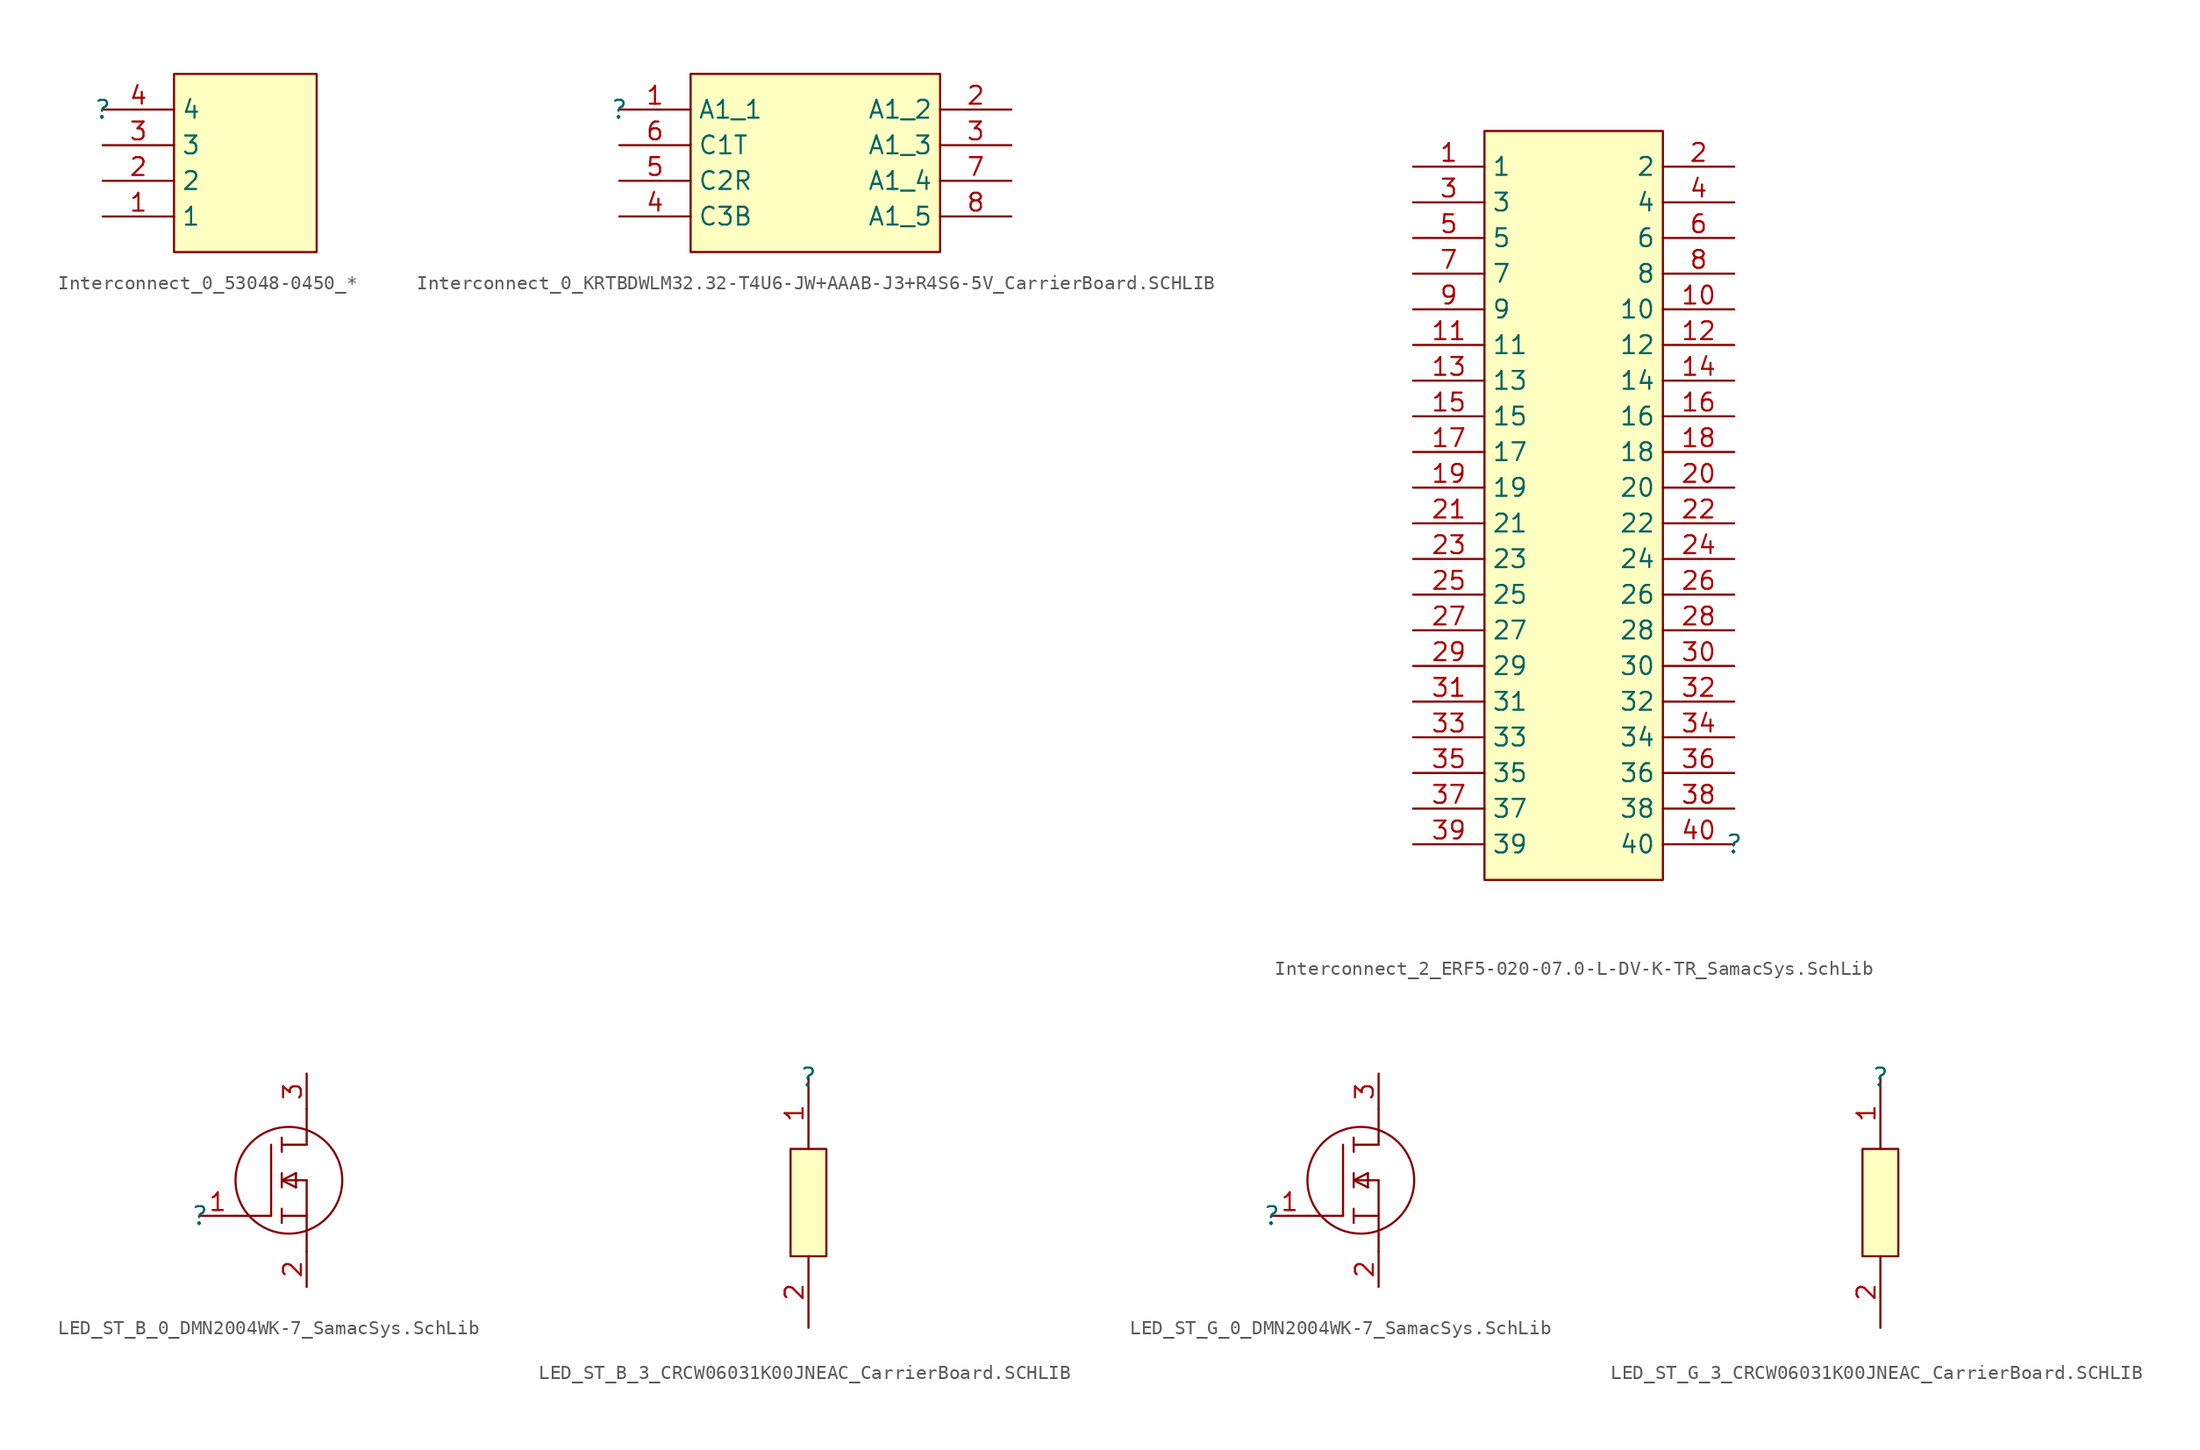
<source format=kicad_sym>
(kicad_symbol_lib
  (version 20241209)
  (generator "kicad_symbol_editor")
  (generator_version "9.0")
  (symbol "Interconnect_0_53048-0450_*"
    (property "Reference" ""
      (at 0 0 0)
      (effects (font (size 1.27 1.27))))
    (property "Value" ""
      (at 0 0 0)
      (effects (font (size 1.27 1.27))))
    (symbol "Interconnect_0_53048-0450_*_1_0"
      (rectangle (start 15.24 2.54) (end 5.08 -10.16) (stroke (width 0) (type solid) (color 128 0 0 1)) (fill (type background)))
      (pin passive line (at 0 0 0) (length 5.08) (name "4" (effects (font (size 1.27 1.27)))) (number "4" (effects (font (size 1.27 1.27)))))
      (pin passive line (at 0 -2.54 0) (length 5.08) (name "3" (effects (font (size 1.27 1.27)))) (number "3" (effects (font (size 1.27 1.27)))))
      (pin passive line (at 0 -5.08 0) (length 5.08) (name "2" (effects (font (size 1.27 1.27)))) (number "2" (effects (font (size 1.27 1.27)))))
      (pin passive line (at 0 -7.62 0) (length 5.08) (name "1" (effects (font (size 1.27 1.27)))) (number "1" (effects (font (size 1.27 1.27)))))))
  (symbol "Interconnect_0_KRTBDWLM32.32-T4U6-JW+AAAB-J3+R4S6-5V_CarrierBoard.SCHLIB"
    (property "Reference" ""
      (at 0 0 0)
      (effects (font (size 1.27 1.27))))
    (property "Value" ""
      (at 0 0 0)
      (effects (font (size 1.27 1.27))))
    (symbol "Interconnect_0_KRTBDWLM32.32-T4U6-JW+AAAB-J3+R4S6-5V_CarrierBoard.SCHLIB_1_0"
      (rectangle (start 22.86 2.54) (end 5.08 -10.16) (stroke (width 0) (type solid) (color 128 0 0 1)) (fill (type background)))
      (pin passive line (at 0 0 0) (length 5.08) (name "A1_1" (effects (font (size 1.27 1.27)))) (number "1" (effects (font (size 1.27 1.27)))))
      (pin passive line (at 0 -2.54 0) (length 5.08) (name "C1T" (effects (font (size 1.27 1.27)))) (number "6" (effects (font (size 1.27 1.27)))))
      (pin passive line (at 0 -5.08 0) (length 5.08) (name "C2R" (effects (font (size 1.27 1.27)))) (number "5" (effects (font (size 1.27 1.27)))))
      (pin passive line (at 0 -7.62 0) (length 5.08) (name "C3B" (effects (font (size 1.27 1.27)))) (number "4" (effects (font (size 1.27 1.27)))))
      (pin passive line (at 27.94 0 180) (length 5.08) (name "A1_2" (effects (font (size 1.27 1.27)))) (number "2" (effects (font (size 1.27 1.27)))))
      (pin passive line (at 27.94 -2.54 180) (length 5.08) (name "A1_3" (effects (font (size 1.27 1.27)))) (number "3" (effects (font (size 1.27 1.27)))))
      (pin passive line (at 27.94 -5.08 180) (length 5.08) (name "A1_4" (effects (font (size 1.27 1.27)))) (number "7" (effects (font (size 1.27 1.27)))))
      (pin passive line (at 27.94 -7.62 180) (length 5.08) (name "A1_5" (effects (font (size 1.27 1.27)))) (number "8" (effects (font (size 1.27 1.27)))))))
  (symbol "Interconnect_2_ERF5-020-07.0-L-DV-K-TR_SamacSys.SchLib"
    (property "Reference" ""
      (at 0 0 0)
      (effects (font (size 1.27 1.27))))
    (property "Value" ""
      (at 0 0 0)
      (effects (font (size 1.27 1.27))))
    (symbol "Interconnect_2_ERF5-020-07.0-L-DV-K-TR_SamacSys.SchLib_1_0"
      (rectangle (start -5.08 50.8) (end -17.78 -2.54) (stroke (width 0) (type solid) (color 128 0 0 1)) (fill (type background)))
      (pin passive line (at -22.86 48.26 0) (length 5.08) (name "1" (effects (font (size 1.27 1.27)))) (number "1" (effects (font (size 1.27 1.27)))))
      (pin passive line (at -22.86 45.72 0) (length 5.08) (name "3" (effects (font (size 1.27 1.27)))) (number "3" (effects (font (size 1.27 1.27)))))
      (pin passive line (at -22.86 43.18 0) (length 5.08) (name "5" (effects (font (size 1.27 1.27)))) (number "5" (effects (font (size 1.27 1.27)))))
      (pin passive line (at -22.86 40.64 0) (length 5.08) (name "7" (effects (font (size 1.27 1.27)))) (number "7" (effects (font (size 1.27 1.27)))))
      (pin passive line (at -22.86 38.1 0) (length 5.08) (name "9" (effects (font (size 1.27 1.27)))) (number "9" (effects (font (size 1.27 1.27)))))
      (pin passive line (at -22.86 35.56 0) (length 5.08) (name "11" (effects (font (size 1.27 1.27)))) (number "11" (effects (font (size 1.27 1.27)))))
      (pin passive line (at -22.86 33.02 0) (length 5.08) (name "13" (effects (font (size 1.27 1.27)))) (number "13" (effects (font (size 1.27 1.27)))))
      (pin passive line (at -22.86 30.48 0) (length 5.08) (name "15" (effects (font (size 1.27 1.27)))) (number "15" (effects (font (size 1.27 1.27)))))
      (pin passive line (at -22.86 27.94 0) (length 5.08) (name "17" (effects (font (size 1.27 1.27)))) (number "17" (effects (font (size 1.27 1.27)))))
      (pin passive line (at -22.86 25.4 0) (length 5.08) (name "19" (effects (font (size 1.27 1.27)))) (number "19" (effects (font (size 1.27 1.27)))))
      (pin passive line (at -22.86 22.86 0) (length 5.08) (name "21" (effects (font (size 1.27 1.27)))) (number "21" (effects (font (size 1.27 1.27)))))
      (pin passive line (at -22.86 20.32 0) (length 5.08) (name "23" (effects (font (size 1.27 1.27)))) (number "23" (effects (font (size 1.27 1.27)))))
      (pin passive line (at -22.86 17.78 0) (length 5.08) (name "25" (effects (font (size 1.27 1.27)))) (number "25" (effects (font (size 1.27 1.27)))))
      (pin passive line (at -22.86 15.24 0) (length 5.08) (name "27" (effects (font (size 1.27 1.27)))) (number "27" (effects (font (size 1.27 1.27)))))
      (pin passive line (at -22.86 12.7 0) (length 5.08) (name "29" (effects (font (size 1.27 1.27)))) (number "29" (effects (font (size 1.27 1.27)))))
      (pin passive line (at -22.86 10.16 0) (length 5.08) (name "31" (effects (font (size 1.27 1.27)))) (number "31" (effects (font (size 1.27 1.27)))))
      (pin passive line (at -22.86 7.62 0) (length 5.08) (name "33" (effects (font (size 1.27 1.27)))) (number "33" (effects (font (size 1.27 1.27)))))
      (pin passive line (at -22.86 5.08 0) (length 5.08) (name "35" (effects (font (size 1.27 1.27)))) (number "35" (effects (font (size 1.27 1.27)))))
      (pin passive line (at -22.86 2.54 0) (length 5.08) (name "37" (effects (font (size 1.27 1.27)))) (number "37" (effects (font (size 1.27 1.27)))))
      (pin passive line (at -22.86 0 0) (length 5.08) (name "39" (effects (font (size 1.27 1.27)))) (number "39" (effects (font (size 1.27 1.27)))))
      (pin passive line (at 0 48.26 180) (length 5.08) (name "2" (effects (font (size 1.27 1.27)))) (number "2" (effects (font (size 1.27 1.27)))))
      (pin passive line (at 0 45.72 180) (length 5.08) (name "4" (effects (font (size 1.27 1.27)))) (number "4" (effects (font (size 1.27 1.27)))))
      (pin passive line (at 0 43.18 180) (length 5.08) (name "6" (effects (font (size 1.27 1.27)))) (number "6" (effects (font (size 1.27 1.27)))))
      (pin passive line (at 0 40.64 180) (length 5.08) (name "8" (effects (font (size 1.27 1.27)))) (number "8" (effects (font (size 1.27 1.27)))))
      (pin passive line (at 0 38.1 180) (length 5.08) (name "10" (effects (font (size 1.27 1.27)))) (number "10" (effects (font (size 1.27 1.27)))))
      (pin passive line (at 0 35.56 180) (length 5.08) (name "12" (effects (font (size 1.27 1.27)))) (number "12" (effects (font (size 1.27 1.27)))))
      (pin passive line (at 0 33.02 180) (length 5.08) (name "14" (effects (font (size 1.27 1.27)))) (number "14" (effects (font (size 1.27 1.27)))))
      (pin passive line (at 0 30.48 180) (length 5.08) (name "16" (effects (font (size 1.27 1.27)))) (number "16" (effects (font (size 1.27 1.27)))))
      (pin passive line (at 0 27.94 180) (length 5.08) (name "18" (effects (font (size 1.27 1.27)))) (number "18" (effects (font (size 1.27 1.27)))))
      (pin passive line (at 0 25.4 180) (length 5.08) (name "20" (effects (font (size 1.27 1.27)))) (number "20" (effects (font (size 1.27 1.27)))))
      (pin passive line (at 0 22.86 180) (length 5.08) (name "22" (effects (font (size 1.27 1.27)))) (number "22" (effects (font (size 1.27 1.27)))))
      (pin passive line (at 0 20.32 180) (length 5.08) (name "24" (effects (font (size 1.27 1.27)))) (number "24" (effects (font (size 1.27 1.27)))))
      (pin passive line (at 0 17.78 180) (length 5.08) (name "26" (effects (font (size 1.27 1.27)))) (number "26" (effects (font (size 1.27 1.27)))))
      (pin passive line (at 0 15.24 180) (length 5.08) (name "28" (effects (font (size 1.27 1.27)))) (number "28" (effects (font (size 1.27 1.27)))))
      (pin passive line (at 0 12.7 180) (length 5.08) (name "30" (effects (font (size 1.27 1.27)))) (number "30" (effects (font (size 1.27 1.27)))))
      (pin passive line (at 0 10.16 180) (length 5.08) (name "32" (effects (font (size 1.27 1.27)))) (number "32" (effects (font (size 1.27 1.27)))))
      (pin passive line (at 0 7.62 180) (length 5.08) (name "34" (effects (font (size 1.27 1.27)))) (number "34" (effects (font (size 1.27 1.27)))))
      (pin passive line (at 0 5.08 180) (length 5.08) (name "36" (effects (font (size 1.27 1.27)))) (number "36" (effects (font (size 1.27 1.27)))))
      (pin passive line (at 0 2.54 180) (length 5.08) (name "38" (effects (font (size 1.27 1.27)))) (number "38" (effects (font (size 1.27 1.27)))))
      (pin passive line (at 0 0 180) (length 5.08) (name "40" (effects (font (size 1.27 1.27)))) (number "40" (effects (font (size 1.27 1.27)))))))
  (symbol "LED_ST_B_0_DMN2004WK-7_SamacSys.SchLib"
    (pin_names
      (hide yes))
    (property "Reference" ""
      (at 0 0 0)
      (effects (font (size 1.27 1.27))))
    (property "Value" ""
      (at 0 0 0)
      (effects (font (size 1.27 1.27))))
    (symbol "LED_ST_B_0_DMN2004WK-7_SamacSys.SchLib_1_0"
      (polyline (pts (xy 2.54 0) (xy 5.08 0)) (stroke (width 0) (type solid)) (fill (type none)))
      (polyline (pts (xy 5.08 5.08) (xy 5.08 0)) (stroke (width 0) (type solid)) (fill (type none)))
      (polyline (pts (xy 5.842 5.588) (xy 5.842 4.572)) (stroke (width 0) (type solid)) (fill (type none)))
      (polyline (pts (xy 5.842 2.54) (xy 6.858 3.048)) (stroke (width 0) (type solid)) (fill (type none)))
      (polyline (pts (xy 5.842 2.032) (xy 5.842 3.048)) (stroke (width 0) (type solid)) (fill (type none)))
      (polyline (pts (xy 5.842 0) (xy 7.62 0)) (stroke (width 0) (type solid)) (fill (type none)))
      (polyline (pts (xy 5.842 -0.508) (xy 5.842 0.508)) (stroke (width 0) (type solid)) (fill (type none)))
      (circle (center 6.35 2.54) (radius 3.81) (stroke (width 0) (type solid)) (fill (type none)))
      (polyline (pts (xy 6.858 3.048) (xy 6.858 2.032)) (stroke (width 0) (type solid)) (fill (type none)))
      (polyline (pts (xy 6.858 2.032) (xy 5.842 2.54)) (stroke (width 0) (type solid)) (fill (type none)))
      (polyline (pts (xy 7.62 5.08) (xy 5.842 5.08)) (stroke (width 0) (type solid)) (fill (type none)))
      (polyline (pts (xy 7.62 5.08) (xy 7.62 7.62)) (stroke (width 0) (type solid)) (fill (type none)))
      (polyline (pts (xy 7.62 2.54) (xy 5.842 2.54)) (stroke (width 0) (type solid)) (fill (type none)))
      (polyline (pts (xy 7.62 2.54) (xy 7.62 -2.54)) (stroke (width 0) (type solid)) (fill (type none)))
      (pin passive line (at 0 0 0) (length 2.54) (name "G" (effects (font (size 1.27 1.27)))) (number "1" (effects (font (size 1.27 1.27)))))
      (pin passive line (at 7.62 10.16 270) (length 2.54) (name "D" (effects (font (size 1.27 1.27)))) (number "3" (effects (font (size 1.27 1.27)))))
      (pin passive line (at 7.62 -5.08 90) (length 2.54) (name "S" (effects (font (size 1.27 1.27)))) (number "2" (effects (font (size 1.27 1.27)))))))
  (symbol "LED_ST_B_3_CRCW06031K00JNEAC_CarrierBoard.SCHLIB"
    (pin_names
      (hide yes))
    (property "Reference" ""
      (at 0 0 0)
      (effects (font (size 1.27 1.27))))
    (property "Value" ""
      (at 0 0 0)
      (effects (font (size 1.27 1.27))))
    (symbol "LED_ST_B_3_CRCW06031K00JNEAC_CarrierBoard.SCHLIB_1_0"
      (rectangle (start 1.27 -5.08) (end -1.27 -12.7) (stroke (width 0) (type solid) (color 128 0 0 1)) (fill (type background)))
      (pin passive line (at 0 0 270) (length 5.08) (name "1" (effects (font (size 1.27 1.27)))) (number "1" (effects (font (size 1.27 1.27)))))
      (pin passive line (at 0 -17.78 90) (length 5.08) (name "2" (effects (font (size 1.27 1.27)))) (number "2" (effects (font (size 1.27 1.27)))))))
  (symbol "LED_ST_G_0_DMN2004WK-7_SamacSys.SchLib"
    (pin_names
      (hide yes))
    (property "Reference" ""
      (at 0 0 0)
      (effects (font (size 1.27 1.27))))
    (property "Value" ""
      (at 0 0 0)
      (effects (font (size 1.27 1.27))))
    (symbol "LED_ST_G_0_DMN2004WK-7_SamacSys.SchLib_1_0"
      (polyline (pts (xy 2.54 0) (xy 5.08 0)) (stroke (width 0) (type solid)) (fill (type none)))
      (polyline (pts (xy 5.08 5.08) (xy 5.08 0)) (stroke (width 0) (type solid)) (fill (type none)))
      (polyline (pts (xy 5.842 5.588) (xy 5.842 4.572)) (stroke (width 0) (type solid)) (fill (type none)))
      (polyline (pts (xy 5.842 2.54) (xy 6.858 3.048)) (stroke (width 0) (type solid)) (fill (type none)))
      (polyline (pts (xy 5.842 2.032) (xy 5.842 3.048)) (stroke (width 0) (type solid)) (fill (type none)))
      (polyline (pts (xy 5.842 0) (xy 7.62 0)) (stroke (width 0) (type solid)) (fill (type none)))
      (polyline (pts (xy 5.842 -0.508) (xy 5.842 0.508)) (stroke (width 0) (type solid)) (fill (type none)))
      (circle (center 6.35 2.54) (radius 3.81) (stroke (width 0) (type solid)) (fill (type none)))
      (polyline (pts (xy 6.858 3.048) (xy 6.858 2.032)) (stroke (width 0) (type solid)) (fill (type none)))
      (polyline (pts (xy 6.858 2.032) (xy 5.842 2.54)) (stroke (width 0) (type solid)) (fill (type none)))
      (polyline (pts (xy 7.62 5.08) (xy 5.842 5.08)) (stroke (width 0) (type solid)) (fill (type none)))
      (polyline (pts (xy 7.62 5.08) (xy 7.62 7.62)) (stroke (width 0) (type solid)) (fill (type none)))
      (polyline (pts (xy 7.62 2.54) (xy 5.842 2.54)) (stroke (width 0) (type solid)) (fill (type none)))
      (polyline (pts (xy 7.62 2.54) (xy 7.62 -2.54)) (stroke (width 0) (type solid)) (fill (type none)))
      (pin passive line (at 0 0 0) (length 2.54) (name "G" (effects (font (size 1.27 1.27)))) (number "1" (effects (font (size 1.27 1.27)))))
      (pin passive line (at 7.62 10.16 270) (length 2.54) (name "D" (effects (font (size 1.27 1.27)))) (number "3" (effects (font (size 1.27 1.27)))))
      (pin passive line (at 7.62 -5.08 90) (length 2.54) (name "S" (effects (font (size 1.27 1.27)))) (number "2" (effects (font (size 1.27 1.27)))))))
  (symbol "LED_ST_G_3_CRCW06031K00JNEAC_CarrierBoard.SCHLIB"
    (pin_names
      (hide yes))
    (property "Reference" ""
      (at 0 0 0)
      (effects (font (size 1.27 1.27))))
    (property "Value" ""
      (at 0 0 0)
      (effects (font (size 1.27 1.27))))
    (symbol "LED_ST_G_3_CRCW06031K00JNEAC_CarrierBoard.SCHLIB_1_0"
      (rectangle (start 1.27 -5.08) (end -1.27 -12.7) (stroke (width 0) (type solid) (color 128 0 0 1)) (fill (type background)))
      (pin passive line (at 0 0 270) (length 5.08) (name "1" (effects (font (size 1.27 1.27)))) (number "1" (effects (font (size 1.27 1.27)))))
      (pin passive line (at 0 -17.78 90) (length 5.08) (name "2" (effects (font (size 1.27 1.27)))) (number "2" (effects (font (size 1.27 1.27))))))))
</source>
